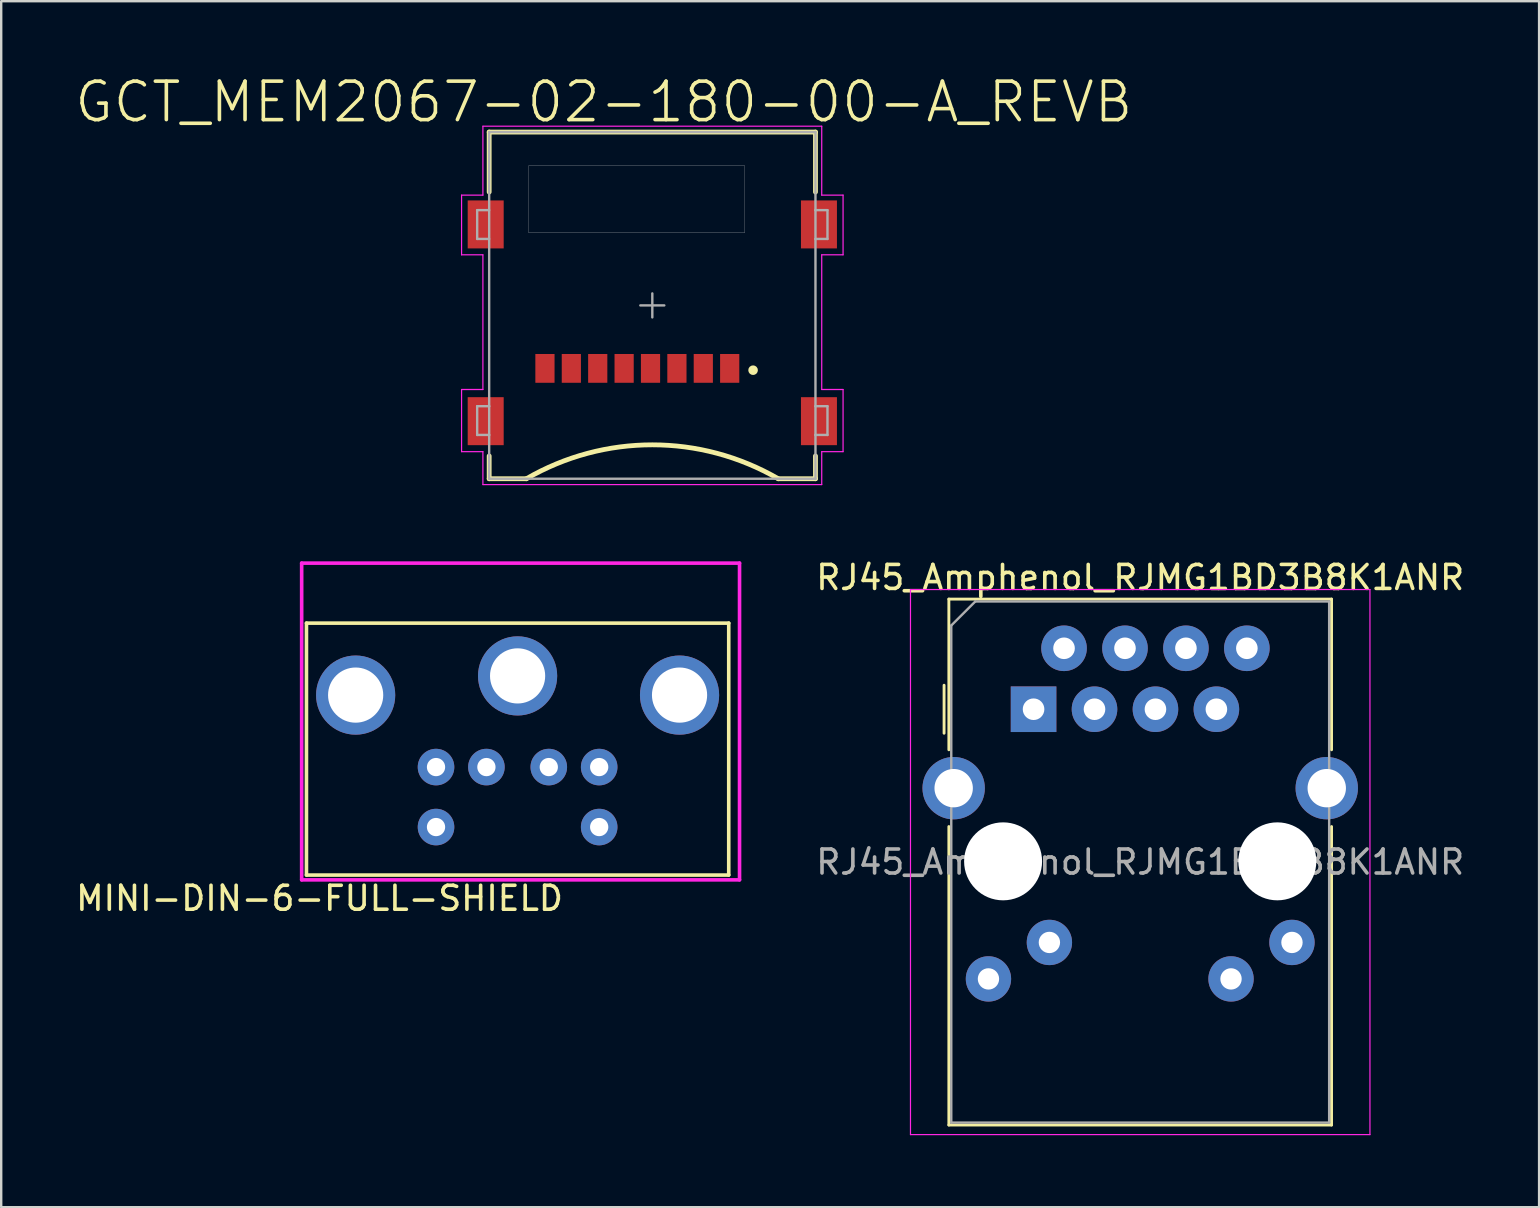
<source format=kicad_pcb>
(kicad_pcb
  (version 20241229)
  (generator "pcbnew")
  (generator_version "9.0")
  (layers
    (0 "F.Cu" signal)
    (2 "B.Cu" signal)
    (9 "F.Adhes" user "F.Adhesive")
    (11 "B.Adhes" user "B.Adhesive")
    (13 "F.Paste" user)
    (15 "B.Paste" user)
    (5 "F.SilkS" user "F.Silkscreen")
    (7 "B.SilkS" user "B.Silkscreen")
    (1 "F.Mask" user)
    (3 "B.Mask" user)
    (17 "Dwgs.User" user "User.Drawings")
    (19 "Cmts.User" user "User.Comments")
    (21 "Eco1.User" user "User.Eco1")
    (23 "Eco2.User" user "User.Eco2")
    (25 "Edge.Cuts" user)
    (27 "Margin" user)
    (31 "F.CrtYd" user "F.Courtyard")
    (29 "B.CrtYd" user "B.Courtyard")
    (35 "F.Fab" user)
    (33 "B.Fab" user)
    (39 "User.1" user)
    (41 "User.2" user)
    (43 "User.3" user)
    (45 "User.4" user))
  (footprint "RJ45_Amphenol_RJMG1BD3B8K1ANR"
    (layer "F.Cu")
    (at 40.028 26.51)
    (property "Reference" "RJ45_Amphenol_RJMG1BD3B8K1ANR" (at 4.445 -5.49 0) (layer "F.SilkS") (effects (font (size 1 1) (thickness 0.15))))
    (attr through_hole)
    (fp_line (start -3.73 -1) (end -3.73 1) (stroke (width 0.12) (type solid)) (layer "F.SilkS"))
    (fp_line (start -3.53 -4.59) (end 12.42 -4.59) (stroke (width 0.12) (type solid)) (layer "F.SilkS"))
    (fp_line (start -3.53 1.69) (end -3.53 -4.59) (stroke (width 0.12) (type solid)) (layer "F.SilkS"))
    (fp_line (start -3.53 17.33) (end -3.53 4.89) (stroke (width 0.12) (type solid)) (layer "F.SilkS"))
    (fp_line (start 12.42 -4.59) (end 12.42 1.69) (stroke (width 0.12) (type solid)) (layer "F.SilkS"))
    (fp_line (start 12.42 4.89) (end 12.42 17.33) (stroke (width 0.12) (type solid)) (layer "F.SilkS"))
    (fp_line (start 12.42 17.33) (end -3.53 17.33) (stroke (width 0.12) (type solid)) (layer "F.SilkS"))
    (fp_line (start -5.13 -4.99) (end -5.13 17.73) (stroke (width 0.05) (type solid)) (layer "F.CrtYd"))
    (fp_line (start -5.13 17.73) (end 14.02 17.73) (stroke (width 0.05) (type solid)) (layer "F.CrtYd"))
    (fp_line (start 14.02 -4.99) (end -5.13 -4.99) (stroke (width 0.05) (type solid)) (layer "F.CrtYd"))
    (fp_line (start 14.02 17.73) (end 14.02 -4.99) (stroke (width 0.05) (type solid)) (layer "F.CrtYd"))
    (fp_line (start -3.43 -3.49) (end -2.43 -4.49) (stroke (width 0.1) (type solid)) (layer "F.Fab"))
    (fp_line (start -3.43 17.23) (end -3.43 -3.49) (stroke (width 0.1) (type solid)) (layer "F.Fab"))
    (fp_line (start -2.43 -4.49) (end 12.32 -4.49) (stroke (width 0.1) (type solid)) (layer "F.Fab"))
    (fp_line (start 12.32 -4.49) (end 12.32 17.23) (stroke (width 0.1) (type solid)) (layer "F.Fab"))
    (fp_line (start 12.32 17.23) (end -3.43 17.23) (stroke (width 0.1) (type solid)) (layer "F.Fab"))
    (fp_text user "${REFERENCE}" (at 4.445 6.37 0) (layer "F.Fab") (effects (font (size 1 1) (thickness 0.15))))
    (pad "" np_thru_hole circle (at -1.27 6.34) (size 3.25 3.25) (drill 3.25) (layers "*.Cu" "*.Mask"))
    (pad "" np_thru_hole circle (at 10.16 6.34) (size 3.25 3.25) (drill 3.25) (layers "*.Cu" "*.Mask"))
    (pad "13" thru_hole circle (at -3.33 3.29) (size 2.6 2.6) (drill 1.6) (layers "*.Cu" "*.Mask"))
    (pad "13" thru_hole circle (at 12.22 3.29) (size 2.6 2.6) (drill 1.6) (layers "*.Cu" "*.Mask"))
    (pad "L1" thru_hole circle (at 10.77 9.72) (size 1.89 1.89) (drill 0.89) (layers "*.Cu" "*.Mask"))
    (pad "L2" thru_hole circle (at 8.23 11.24) (size 1.89 1.89) (drill 0.89) (layers "*.Cu" "*.Mask"))
    (pad "L3" thru_hole circle (at 0.66 9.72) (size 1.89 1.89) (drill 0.89) (layers "*.Cu" "*.Mask"))
    (pad "L4" thru_hole circle (at -1.88 11.24) (size 1.89 1.89) (drill 0.89) (layers "*.Cu" "*.Mask"))
    (pad "R1" thru_hole rect (at 0 0) (size 1.9 1.9) (drill 0.9) (layers "*.Cu" "*.Mask"))
    (pad "R2" thru_hole circle (at 1.27 -2.54) (size 1.9 1.9) (drill 0.9) (layers "*.Cu" "*.Mask"))
    (pad "R3" thru_hole circle (at 2.54 0) (size 1.9 1.9) (drill 0.9) (layers "*.Cu" "*.Mask"))
    (pad "R4" thru_hole circle (at 3.81 -2.54) (size 1.9 1.9) (drill 0.9) (layers "*.Cu" "*.Mask"))
    (pad "R5" thru_hole circle (at 5.08 0) (size 1.9 1.9) (drill 0.9) (layers "*.Cu" "*.Mask"))
    (pad "R6" thru_hole circle (at 6.35 -2.54) (size 1.9 1.9) (drill 0.9) (layers "*.Cu" "*.Mask"))
    (pad "R7" thru_hole circle (at 7.62 0) (size 1.9 1.9) (drill 0.9) (layers "*.Cu" "*.Mask"))
    (pad "R8" thru_hole circle (at 8.89 -2.54) (size 1.9 1.9) (drill 0.9) (layers "*.Cu" "*.Mask")))
  (footprint "GCT_MEM2067-02-180-00-A_REVB"
    (layer "F.Cu")
    (at 24.138 9.679)
    (property "Reference" "GCT_MEM2067-02-180-00-A_REVB" (at -2.023 -8.478 0) (layer "F.SilkS") (effects (font (size 1.602 1.602) (thickness 0.15))))
    (attr through_hole)
    (fp_line (start -6.8 -7.225) (end 6.8 -7.225) (stroke (width 0.2) (type solid)) (layer "F.SilkS"))
    (fp_line (start -6.8 -4.725) (end -6.8 -7.225) (stroke (width 0.2) (type solid)) (layer "F.SilkS"))
    (fp_line (start -6.8 7.225) (end -6.8 6.275) (stroke (width 0.2) (type solid)) (layer "F.SilkS"))
    (fp_line (start -6.8 7.225) (end -5.25 7.225) (stroke (width 0.2) (type solid)) (layer "F.SilkS"))
    (fp_line (start 5.25 7.225) (end 6.8 7.225) (stroke (width 0.2) (type solid)) (layer "F.SilkS"))
    (fp_line (start 6.8 -4.725) (end 6.8 -7.225) (stroke (width 0.2) (type solid)) (layer "F.SilkS"))
    (fp_line (start 6.8 7.225) (end 6.8 6.275) (stroke (width 0.2) (type solid)) (layer "F.SilkS"))
    (fp_arc (start -5.25 7.225) (mid 0 5.810899) (end 5.25 7.225) (stroke (width 0.2) (type solid)) (layer "F.SilkS"))
    (fp_circle (center 4.2 2.7) (end 4.3 2.7) (stroke (width 0.2) (type solid)) (fill no) (layer "F.SilkS"))
    (fp_poly (pts (xy -5.155 -5.825) (xy 3.85 -5.825) (xy 3.85 -3.028) (xy -5.155 -3.028)) (stroke (width 0.01) (type solid)) (fill no) (layer "Dwgs.User"))
    (fp_line (start -7.95 -4.597) (end -7.061 -4.597) (stroke (width 0.05) (type solid)) (layer "F.CrtYd"))
    (fp_line (start -7.95 -2.108) (end -7.95 -4.597) (stroke (width 0.05) (type solid)) (layer "F.CrtYd"))
    (fp_line (start -7.95 -2.108) (end -7.061 -2.108) (stroke (width 0.05) (type solid)) (layer "F.CrtYd"))
    (fp_line (start -7.95 3.505) (end -7.061 3.505) (stroke (width 0.05) (type solid)) (layer "F.CrtYd"))
    (fp_line (start -7.95 6.096) (end -7.95 3.505) (stroke (width 0.05) (type solid)) (layer "F.CrtYd"))
    (fp_line (start -7.95 6.096) (end -7.061 6.096) (stroke (width 0.05) (type solid)) (layer "F.CrtYd"))
    (fp_line (start -7.061 -7.468) (end 7.061 -7.468) (stroke (width 0.05) (type solid)) (layer "F.CrtYd"))
    (fp_line (start -7.061 -4.597) (end -7.061 -7.468) (stroke (width 0.05) (type solid)) (layer "F.CrtYd"))
    (fp_line (start -7.061 3.505) (end -7.061 -2.108) (stroke (width 0.05) (type solid)) (layer "F.CrtYd"))
    (fp_line (start -7.061 7.468) (end -7.061 6.096) (stroke (width 0.05) (type solid)) (layer "F.CrtYd"))
    (fp_line (start -7.061 7.468) (end 7.061 7.468) (stroke (width 0.05) (type solid)) (layer "F.CrtYd"))
    (fp_line (start 7.061 -4.597) (end 7.061 -7.468) (stroke (width 0.05) (type solid)) (layer "F.CrtYd"))
    (fp_line (start 7.061 -4.597) (end 7.95 -4.597) (stroke (width 0.05) (type solid)) (layer "F.CrtYd"))
    (fp_line (start 7.061 -2.108) (end 7.95 -2.108) (stroke (width 0.05) (type solid)) (layer "F.CrtYd"))
    (fp_line (start 7.061 3.505) (end 7.061 -2.108) (stroke (width 0.05) (type solid)) (layer "F.CrtYd"))
    (fp_line (start 7.061 3.505) (end 7.95 3.505) (stroke (width 0.05) (type solid)) (layer "F.CrtYd"))
    (fp_line (start 7.061 6.096) (end 7.95 6.096) (stroke (width 0.05) (type solid)) (layer "F.CrtYd"))
    (fp_line (start 7.061 7.468) (end 7.061 6.096) (stroke (width 0.05) (type solid)) (layer "F.CrtYd"))
    (fp_line (start 7.95 -2.108) (end 7.95 -4.597) (stroke (width 0.05) (type solid)) (layer "F.CrtYd"))
    (fp_line (start 7.95 6.096) (end 7.95 3.505) (stroke (width 0.05) (type solid)) (layer "F.CrtYd"))
    (fp_line (start -7.3 -3.97) (end -6.8 -3.97) (stroke (width 0.1) (type solid)) (layer "F.Fab"))
    (fp_line (start -7.3 -2.77) (end -7.3 -3.97) (stroke (width 0.1) (type solid)) (layer "F.Fab"))
    (fp_line (start -7.3 -2.77) (end -6.8 -2.77) (stroke (width 0.1) (type solid)) (layer "F.Fab"))
    (fp_line (start -7.3 4.2) (end -6.8 4.2) (stroke (width 0.1) (type solid)) (layer "F.Fab"))
    (fp_line (start -7.3 5.4) (end -7.3 4.2) (stroke (width 0.1) (type solid)) (layer "F.Fab"))
    (fp_line (start -7.3 5.4) (end -6.8 5.4) (stroke (width 0.1) (type solid)) (layer "F.Fab"))
    (fp_line (start -6.8 -7.225) (end 6.8 -7.225) (stroke (width 0.1) (type solid)) (layer "F.Fab"))
    (fp_line (start -6.8 4.2) (end -6.8 -7.225) (stroke (width 0.1) (type solid)) (layer "F.Fab"))
    (fp_line (start -6.8 5.4) (end -6.8 4.2) (stroke (width 0.1) (type solid)) (layer "F.Fab"))
    (fp_line (start -6.8 7.225) (end -6.8 5.4) (stroke (width 0.1) (type solid)) (layer "F.Fab"))
    (fp_line (start -6.8 7.225) (end 6.8 7.225) (stroke (width 0.1) (type solid)) (layer "F.Fab"))
    (fp_line (start -0.5 0) (end 0.5 0) (stroke (width 0.1) (type solid)) (layer "F.Fab"))
    (fp_line (start 0 0.5) (end 0 -0.5) (stroke (width 0.1) (type solid)) (layer "F.Fab"))
    (fp_line (start 6.8 -3.97) (end 6.8 -7.225) (stroke (width 0.1) (type solid)) (layer "F.Fab"))
    (fp_line (start 6.8 -3.97) (end 7.3 -3.97) (stroke (width 0.1) (type solid)) (layer "F.Fab"))
    (fp_line (start 6.8 -2.77) (end 6.8 -3.97) (stroke (width 0.1) (type solid)) (layer "F.Fab"))
    (fp_line (start 6.8 -2.77) (end 7.3 -2.77) (stroke (width 0.1) (type solid)) (layer "F.Fab"))
    (fp_line (start 6.8 4.2) (end 6.8 -2.77) (stroke (width 0.1) (type solid)) (layer "F.Fab"))
    (fp_line (start 6.8 4.2) (end 7.3 4.2) (stroke (width 0.1) (type solid)) (layer "F.Fab"))
    (fp_line (start 6.8 5.4) (end 6.8 4.2) (stroke (width 0.1) (type solid)) (layer "F.Fab"))
    (fp_line (start 6.8 5.4) (end 7.3 5.4) (stroke (width 0.1) (type solid)) (layer "F.Fab"))
    (fp_line (start 6.8 7.225) (end 6.8 5.4) (stroke (width 0.1) (type solid)) (layer "F.Fab"))
    (fp_line (start 7.3 -2.77) (end 7.3 -3.97) (stroke (width 0.1) (type solid)) (layer "F.Fab"))
    (fp_line (start 7.3 5.4) (end 7.3 4.2) (stroke (width 0.1) (type solid)) (layer "F.Fab"))
    (pad "1" smd rect (at 3.225 2.625) (size 0.8 1.2) (layers "F.Cu" "F.Mask" "F.Paste"))
    (pad "2" smd rect (at 2.125 2.625) (size 0.8 1.2) (layers "F.Cu" "F.Mask" "F.Paste"))
    (pad "3" smd rect (at 1.025 2.625) (size 0.8 1.2) (layers "F.Cu" "F.Mask" "F.Paste"))
    (pad "4" smd rect (at -0.075 2.625) (size 0.8 1.2) (layers "F.Cu" "F.Mask" "F.Paste"))
    (pad "5" smd rect (at -1.175 2.625) (size 0.8 1.2) (layers "F.Cu" "F.Mask" "F.Paste"))
    (pad "6" smd rect (at -2.275 2.625) (size 0.8 1.2) (layers "F.Cu" "F.Mask" "F.Paste"))
    (pad "7" smd rect (at -3.375 2.625) (size 0.8 1.2) (layers "F.Cu" "F.Mask" "F.Paste"))
    (pad "8" smd rect (at -4.475 2.625) (size 0.8 1.2) (layers "F.Cu" "F.Mask" "F.Paste"))
    (pad "9" smd rect (at -6.945 4.825) (size 1.5 2) (layers "F.Cu" "F.Mask" "F.Paste"))
    (pad "10" smd rect (at -6.945 -3.375) (size 1.5 2) (layers "F.Cu" "F.Mask" "F.Paste"))
    (pad "11" smd rect (at 6.945 -3.375) (size 1.5 2) (layers "F.Cu" "F.Mask" "F.Paste"))
    (pad "12" smd rect (at 6.945 4.825) (size 1.5 2) (layers "F.Cu" "F.Mask" "F.Paste")))
  (footprint "MINI-DIN-6-FULL-SHIELD"
    (layer "F.Cu")
    (at 18.523 20.421)
    (property "Reference" "MINI-DIN-6-FULL-SHIELD" (at -8.255 13.97 0) (layer "F.SilkS") (effects (font (size 1 1) (thickness 0.15))))
    (attr through_hole)
    (fp_line (start -8.8 2.5) (end 8.8 2.5) (stroke (width 0.15) (type solid)) (layer "F.SilkS"))
    (fp_line (start -8.8 13) (end -8.8 2.5) (stroke (width 0.15) (type solid)) (layer "F.SilkS"))
    (fp_line (start 8.8 2.5) (end 8.8 13) (stroke (width 0.15) (type solid)) (layer "F.SilkS"))
    (fp_line (start 8.8 13) (end -8.8 13) (stroke (width 0.15) (type solid)) (layer "F.SilkS"))
    (fp_line (start -9 0) (end 9.25 0) (stroke (width 0.15) (type solid)) (layer "F.CrtYd"))
    (fp_line (start -9 13.2) (end -9 0) (stroke (width 0.15) (type solid)) (layer "F.CrtYd"))
    (fp_line (start 9.25 0) (end 9.25 13.2) (stroke (width 0.15) (type solid)) (layer "F.CrtYd"))
    (fp_line (start 9.25 13.2) (end -9 13.2) (stroke (width 0.15) (type solid)) (layer "F.CrtYd"))
    (pad "1" thru_hole circle (at -1.3 8.5) (size 1.524 1.524) (drill 0.762) (layers "*.Cu" "*.Mask"))
    (pad "2" thru_hole circle (at 1.3 8.5) (size 1.524 1.524) (drill 0.762) (layers "*.Cu" "*.Mask"))
    (pad "3" thru_hole circle (at -3.4 8.5) (size 1.524 1.524) (drill 0.762) (layers "*.Cu" "*.Mask"))
    (pad "4" thru_hole circle (at 3.4 8.5) (size 1.524 1.524) (drill 0.762) (layers "*.Cu" "*.Mask"))
    (pad "5" thru_hole circle (at -3.4 11) (size 1.524 1.524) (drill 0.762) (layers "*.Cu" "*.Mask"))
    (pad "6" thru_hole circle (at 3.4 11) (size 1.524 1.524) (drill 0.762) (layers "*.Cu" "*.Mask"))
    (pad "7" thru_hole circle (at -6.75 5.5) (size 3.3 3.3) (drill 2.3) (layers "*.Cu" "*.Mask"))
    (pad "7" thru_hole circle (at 0 4.7) (size 3.3 3.3) (drill 2.3) (layers "*.Cu" "*.Mask"))
    (pad "7" thru_hole circle (at 6.75 5.5) (size 3.3 3.3) (drill 2.3) (layers "*.Cu" "*.Mask")))
  (gr_rect
    (start -3 -3)
    (end 61.098 47.265)
    (stroke (width 0.1) (type default))
    (fill no)
    (layer "Edge.Cuts")))
</source>
